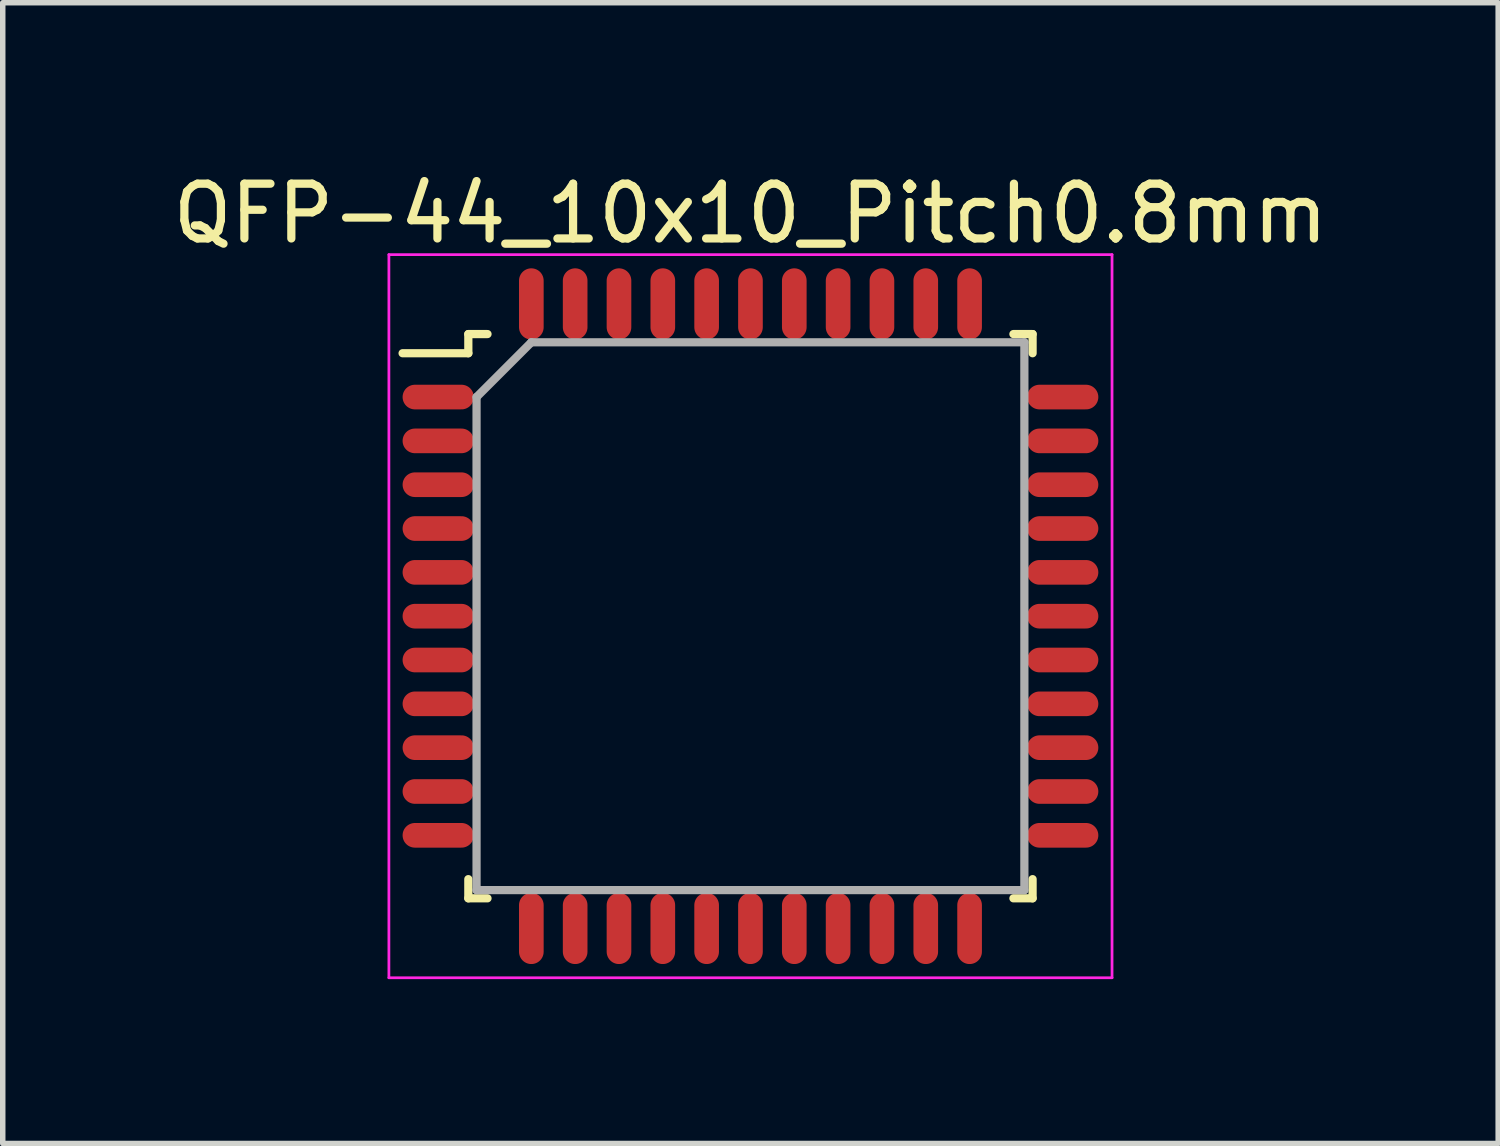
<source format=kicad_pcb>
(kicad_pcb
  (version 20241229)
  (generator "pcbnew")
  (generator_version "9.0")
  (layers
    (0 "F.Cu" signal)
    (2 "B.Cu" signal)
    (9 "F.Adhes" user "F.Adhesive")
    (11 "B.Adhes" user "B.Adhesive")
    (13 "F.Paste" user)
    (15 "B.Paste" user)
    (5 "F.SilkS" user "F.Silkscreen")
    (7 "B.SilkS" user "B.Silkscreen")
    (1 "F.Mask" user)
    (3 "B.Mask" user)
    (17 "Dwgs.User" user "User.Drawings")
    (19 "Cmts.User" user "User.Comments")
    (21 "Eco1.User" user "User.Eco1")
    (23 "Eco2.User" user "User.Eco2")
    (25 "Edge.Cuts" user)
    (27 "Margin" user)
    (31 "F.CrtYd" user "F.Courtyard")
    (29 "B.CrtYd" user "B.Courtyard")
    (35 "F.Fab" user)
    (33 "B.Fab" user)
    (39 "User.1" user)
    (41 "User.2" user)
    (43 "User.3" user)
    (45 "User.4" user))
  (footprint "QFP-44_10x10_Pitch0.8mm"
    (layer "F.Cu")
    (at 10.649 8.198)
    (property "Reference" "QFP-44_10x10_Pitch0.8mm" (at 0 -7.35 0) (layer "F.SilkS") (effects (font (size 1 1) (thickness 0.15))))
    (attr smd)
    (fp_line (start -5.15 -5.15) (end -5.15 -4.8) (stroke (width 0.15) (type solid)) (layer "F.SilkS"))
    (fp_line (start -5.15 -4.8) (end -6.35 -4.8) (stroke (width 0.15) (type solid)) (layer "F.SilkS"))
    (fp_line (start -5.15 5.15) (end -5.15 4.8) (stroke (width 0.15) (type solid)) (layer "F.SilkS"))
    (fp_line (start -4.8 -5.15) (end -5.15 -5.15) (stroke (width 0.15) (type solid)) (layer "F.SilkS"))
    (fp_line (start -4.8 5.15) (end -5.15 5.15) (stroke (width 0.15) (type solid)) (layer "F.SilkS"))
    (fp_line (start 4.8 -5.15) (end 5.15 -5.15) (stroke (width 0.15) (type solid)) (layer "F.SilkS"))
    (fp_line (start 4.8 5.15) (end 5.15 5.15) (stroke (width 0.15) (type solid)) (layer "F.SilkS"))
    (fp_line (start 5.15 -5.15) (end 5.15 -4.8) (stroke (width 0.15) (type solid)) (layer "F.SilkS"))
    (fp_line (start 5.15 5.15) (end 5.15 4.8) (stroke (width 0.15) (type solid)) (layer "F.SilkS"))
    (fp_line (start -6.6 -6.6) (end 6.6 -6.6) (stroke (width 0.05) (type solid)) (layer "F.CrtYd"))
    (fp_line (start -6.6 6.6) (end -6.6 -6.6) (stroke (width 0.05) (type solid)) (layer "F.CrtYd"))
    (fp_line (start 6.6 -6.6) (end 6.6 6.6) (stroke (width 0.05) (type solid)) (layer "F.CrtYd"))
    (fp_line (start 6.6 6.6) (end -6.6 6.6) (stroke (width 0.05) (type solid)) (layer "F.CrtYd"))
    (fp_line (start -5 -4) (end -5 5) (stroke (width 0.15) (type solid)) (layer "F.Fab"))
    (fp_line (start -5 5) (end 5 5) (stroke (width 0.15) (type solid)) (layer "F.Fab"))
    (fp_line (start -4 -5) (end -5 -4) (stroke (width 0.15) (type solid)) (layer "F.Fab"))
    (fp_line (start 5 -5) (end -4 -5) (stroke (width 0.15) (type solid)) (layer "F.Fab"))
    (fp_line (start 5 5) (end 5 -5) (stroke (width 0.15) (type solid)) (layer "F.Fab"))
    (pad "1" smd oval (at -5.7 -4 90) (size 0.45 1.3) (layers "F.Cu" "F.Mask" "F.Paste"))
    (pad "2" smd oval (at -5.7 -3.2 90) (size 0.45 1.3) (layers "F.Cu" "F.Mask" "F.Paste"))
    (pad "3" smd oval (at -5.7 -2.4 90) (size 0.45 1.3) (layers "F.Cu" "F.Mask" "F.Paste"))
    (pad "4" smd oval (at -5.7 -1.6 90) (size 0.45 1.3) (layers "F.Cu" "F.Mask" "F.Paste"))
    (pad "5" smd oval (at -5.7 -0.8 90) (size 0.45 1.3) (layers "F.Cu" "F.Mask" "F.Paste"))
    (pad "6" smd oval (at -5.7 0 90) (size 0.45 1.3) (layers "F.Cu" "F.Mask" "F.Paste"))
    (pad "7" smd oval (at -5.7 0.8 90) (size 0.45 1.3) (layers "F.Cu" "F.Mask" "F.Paste"))
    (pad "8" smd oval (at -5.7 1.6 90) (size 0.45 1.3) (layers "F.Cu" "F.Mask" "F.Paste"))
    (pad "9" smd oval (at -5.7 2.4 90) (size 0.45 1.3) (layers "F.Cu" "F.Mask" "F.Paste"))
    (pad "10" smd oval (at -5.7 3.2 90) (size 0.45 1.3) (layers "F.Cu" "F.Mask" "F.Paste"))
    (pad "11" smd oval (at -5.7 4 90) (size 0.45 1.3) (layers "F.Cu" "F.Mask" "F.Paste"))
    (pad "12" smd oval (at -4 5.7) (size 0.45 1.3) (layers "F.Cu" "F.Mask" "F.Paste"))
    (pad "13" smd oval (at -3.2 5.7) (size 0.45 1.3) (layers "F.Cu" "F.Mask" "F.Paste"))
    (pad "14" smd oval (at -2.4 5.7) (size 0.45 1.3) (layers "F.Cu" "F.Mask" "F.Paste"))
    (pad "15" smd oval (at -1.6 5.7) (size 0.45 1.3) (layers "F.Cu" "F.Mask" "F.Paste"))
    (pad "16" smd oval (at -0.8 5.7) (size 0.45 1.3) (layers "F.Cu" "F.Mask" "F.Paste"))
    (pad "17" smd oval (at 0 5.7) (size 0.45 1.3) (layers "F.Cu" "F.Mask" "F.Paste"))
    (pad "18" smd oval (at 0.8 5.7) (size 0.45 1.3) (layers "F.Cu" "F.Mask" "F.Paste"))
    (pad "19" smd oval (at 1.6 5.7) (size 0.45 1.3) (layers "F.Cu" "F.Mask" "F.Paste"))
    (pad "20" smd oval (at 2.4 5.7) (size 0.45 1.3) (layers "F.Cu" "F.Mask" "F.Paste"))
    (pad "21" smd oval (at 3.2 5.7) (size 0.45 1.3) (layers "F.Cu" "F.Mask" "F.Paste"))
    (pad "22" smd oval (at 4 5.7) (size 0.45 1.3) (layers "F.Cu" "F.Mask" "F.Paste"))
    (pad "23" smd oval (at 5.7 4 90) (size 0.45 1.3) (layers "F.Cu" "F.Mask" "F.Paste"))
    (pad "24" smd oval (at 5.7 3.2 90) (size 0.45 1.3) (layers "F.Cu" "F.Mask" "F.Paste"))
    (pad "25" smd oval (at 5.7 2.4 90) (size 0.45 1.3) (layers "F.Cu" "F.Mask" "F.Paste"))
    (pad "26" smd oval (at 5.7 1.6 90) (size 0.45 1.3) (layers "F.Cu" "F.Mask" "F.Paste"))
    (pad "27" smd oval (at 5.7 0.8 90) (size 0.45 1.3) (layers "F.Cu" "F.Mask" "F.Paste"))
    (pad "28" smd oval (at 5.7 0 90) (size 0.45 1.3) (layers "F.Cu" "F.Mask" "F.Paste"))
    (pad "29" smd oval (at 5.7 -0.8 90) (size 0.45 1.3) (layers "F.Cu" "F.Mask" "F.Paste"))
    (pad "30" smd oval (at 5.7 -1.6 90) (size 0.45 1.3) (layers "F.Cu" "F.Mask" "F.Paste"))
    (pad "31" smd oval (at 5.7 -2.4 90) (size 0.45 1.3) (layers "F.Cu" "F.Mask" "F.Paste"))
    (pad "32" smd oval (at 5.7 -3.2 90) (size 0.45 1.3) (layers "F.Cu" "F.Mask" "F.Paste"))
    (pad "33" smd oval (at 5.7 -4 90) (size 0.45 1.3) (layers "F.Cu" "F.Mask" "F.Paste"))
    (pad "34" smd oval (at 4 -5.7) (size 0.45 1.3) (layers "F.Cu" "F.Mask" "F.Paste"))
    (pad "35" smd oval (at 3.2 -5.7) (size 0.45 1.3) (layers "F.Cu" "F.Mask" "F.Paste"))
    (pad "36" smd oval (at 2.4 -5.7) (size 0.45 1.3) (layers "F.Cu" "F.Mask" "F.Paste"))
    (pad "37" smd oval (at 1.6 -5.7) (size 0.45 1.3) (layers "F.Cu" "F.Mask" "F.Paste"))
    (pad "38" smd oval (at 0.8 -5.7) (size 0.45 1.3) (layers "F.Cu" "F.Mask" "F.Paste"))
    (pad "39" smd oval (at 0 -5.7) (size 0.45 1.3) (layers "F.Cu" "F.Mask" "F.Paste"))
    (pad "40" smd oval (at -0.8 -5.7) (size 0.45 1.3) (layers "F.Cu" "F.Mask" "F.Paste"))
    (pad "41" smd oval (at -1.6 -5.7) (size 0.45 1.3) (layers "F.Cu" "F.Mask" "F.Paste"))
    (pad "42" smd oval (at -2.4 -5.7) (size 0.45 1.3) (layers "F.Cu" "F.Mask" "F.Paste"))
    (pad "43" smd oval (at -3.2 -5.7) (size 0.45 1.3) (layers "F.Cu" "F.Mask" "F.Paste"))
    (pad "44" smd oval (at -4 -5.7) (size 0.45 1.3) (layers "F.Cu" "F.Mask" "F.Paste")))
  (gr_rect
    (start -3 -3)
    (end 24.298 17.823)
    (stroke (width 0.1) (type default))
    (fill no)
    (layer "Edge.Cuts")))
</source>
